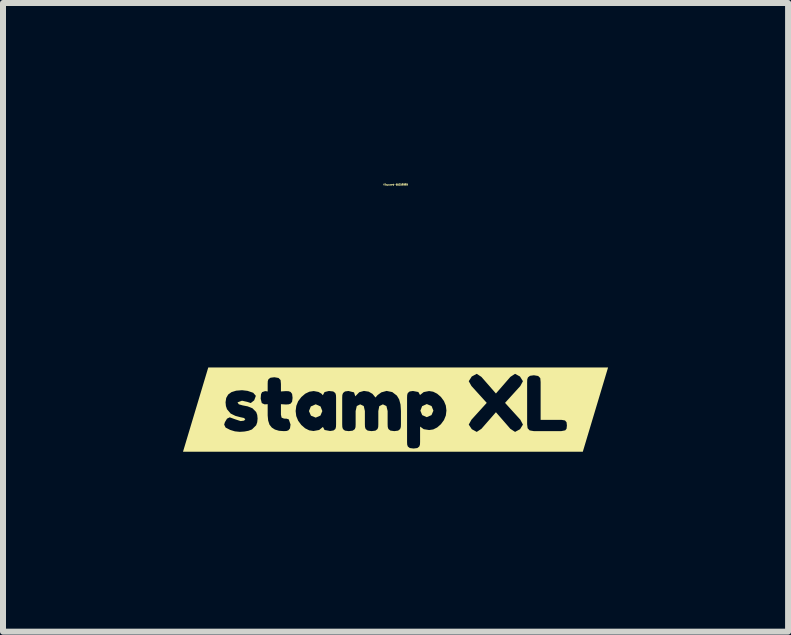
<source format=kicad_pcb>
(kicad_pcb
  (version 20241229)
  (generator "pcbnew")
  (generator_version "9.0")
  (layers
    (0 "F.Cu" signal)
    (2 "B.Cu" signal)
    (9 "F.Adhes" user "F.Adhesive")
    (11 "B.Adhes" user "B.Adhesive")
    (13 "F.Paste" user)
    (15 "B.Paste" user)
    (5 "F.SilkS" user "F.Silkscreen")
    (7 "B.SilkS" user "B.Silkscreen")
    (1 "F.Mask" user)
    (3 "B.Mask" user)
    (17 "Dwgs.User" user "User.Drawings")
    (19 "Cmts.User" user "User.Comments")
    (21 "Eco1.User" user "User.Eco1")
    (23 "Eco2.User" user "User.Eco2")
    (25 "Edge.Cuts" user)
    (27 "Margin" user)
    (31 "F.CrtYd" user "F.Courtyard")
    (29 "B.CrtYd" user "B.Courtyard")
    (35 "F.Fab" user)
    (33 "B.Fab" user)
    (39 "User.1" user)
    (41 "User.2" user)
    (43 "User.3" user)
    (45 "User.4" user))
  (footprint "kibuzzard-65C59B9B"
    (layer "F.Cu")
    (at 3.542 3.776)
    (property "Reference" "kibuzzard-65C59B9B" (at 0 -3.75 0) (layer "F.SilkS") (effects (font (size 0.025 0.025) (thickness 0.15))))
    (attr board_only exclude_from_pos_files exclude_from_bom)
    (fp_poly (pts (xy -1.443 0.025) (xy -1.41 0.101) (xy -1.33 0.134) (xy -1.252 0.1) (xy -1.22 0.025) (xy -1.25 -0.052) (xy -1.33 -0.088) (xy -1.412 -0.052) (xy -1.443 0.025)) (stroke (width 0) (type solid)) (fill yes) (layer "F.SilkS"))
    (fp_poly (pts (xy 0.443 -0.057) (xy 0.414 0.018) (xy 0.444 0.092) (xy 0.52 0.126) (xy 0.599 0.092) (xy 0.631 0.018) (xy 0.601 -0.058) (xy 0.521 -0.092) (xy 0.443 -0.057)) (stroke (width 0) (type solid)) (fill yes) (layer "F.SilkS"))
    (fp_poly (pts (xy -2.856 -0.702) (xy -3.121 -0.702) (xy -3.542 0.702) (xy -3.121 0.702) (xy -2.856 0.702) (xy -2.597 0.702) (xy -2.597 0.371) (xy -2.677 0.363) (xy -2.756 0.339) (xy -2.832 0.3) (xy -2.856 0.251) (xy -2.844 0.21) (xy -2.808 0.151) (xy -2.763 0.129) (xy -2.678 0.16) (xy -2.582 0.192) (xy -2.524 0.184) (xy -2.504 0.161) (xy -2.526 0.14) (xy -2.59 0.126) (xy -2.669 0.105) (xy -2.748 0.066) (xy -2.809 -0.006) (xy -2.827 -0.059) (xy -2.833 -0.122) (xy -2.822 -0.194) (xy -2.789 -0.251) (xy -2.734 -0.291) (xy -2.657 -0.315) (xy -2.558 -0.323) (xy -2.466 -0.312) (xy -2.372 -0.28) (xy -2.328 -0.229) (xy -2.356 -0.154) (xy -2.413 -0.109) (xy -2.47 -0.128) (xy -2.559 -0.148) (xy -2.634 -0.12) (xy -2.612 -0.088) (xy -2.548 -0.07) (xy -2.465 -0.054) (xy -2.385 -0.022) (xy -2.323 0.04) (xy -2.305 0.089) (xy -2.299 0.15) (xy -2.305 0.211) (xy -2.323 0.262) (xy -2.393 0.331) (xy -2.451 0.353) (xy -2.519 0.366) (xy -2.597 0.371) (xy -2.597 0.702) (xy -1.862 0.702) (xy -1.862 0.359) (xy -1.943 0.353) (xy -2.01 0.333) (xy -2.062 0.3) (xy -2.101 0.251) (xy -2.123 0.183) (xy -2.131 0.098) (xy -2.131 -0.09) (xy -2.183 -0.087) (xy -2.229 -0.108) (xy -2.248 -0.182) (xy -2.242 -0.257) (xy -2.224 -0.291) (xy -2.173 -0.308) (xy -2.131 -0.302) (xy -2.131 -0.433) (xy -2.129 -0.476) (xy -2.117 -0.507) (xy -2.084 -0.531) (xy -2.019 -0.539) (xy -1.95 -0.527) (xy -1.916 -0.492) (xy -1.91 -0.427) (xy -1.91 -0.302) (xy -1.826 -0.308) (xy -1.782 -0.306) (xy -1.749 -0.294) (xy -1.724 -0.261) (xy -1.716 -0.196) (xy -1.724 -0.131) (xy -1.75 -0.098) (xy -1.784 -0.087) (xy -1.828 -0.085) (xy -1.91 -0.09) (xy -1.91 0.085) (xy -1.899 0.134) (xy -1.859 0.15) (xy -1.813 0.152) (xy -1.779 0.164) (xy -1.75 0.249) (xy -1.759 0.313) (xy -1.786 0.346) (xy -1.819 0.357) (xy -1.862 0.359) (xy -1.862 0.702) (xy -1.09 0.702) (xy -1.09 0.357) (xy -1.183 0.34) (xy -1.21 0.289) (xy -1.273 0.34) (xy -1.367 0.357) (xy -1.439 0.346) (xy -1.507 0.312) (xy -1.571 0.256) (xy -1.623 0.186) (xy -1.655 0.108) (xy -1.665 0.023) (xy -1.654 -0.062) (xy -1.623 -0.139) (xy -1.57 -0.209) (xy -1.505 -0.265) (xy -1.436 -0.298) (xy -1.363 -0.309) (xy -1.284 -0.294) (xy -1.234 -0.265) (xy -1.212 -0.239) (xy -1.183 -0.292) (xy -1.111 -0.31) (xy -1.038 -0.302) (xy -1.004 -0.276) (xy -0.993 -0.242) (xy -0.991 -0.198) (xy -0.991 0.246) (xy -0.993 0.29) (xy -1.003 0.324) (xy -1.034 0.348) (xy -1.09 0.357) (xy -1.09 0.702) (xy -0.022 0.702) (xy -0.022 0.359) (xy -0.086 0.35) (xy -0.119 0.324) (xy -0.13 0.29) (xy -0.132 0.246) (xy -0.132 0.024) (xy -0.152 -0.059) (xy -0.211 -0.087) (xy -0.271 -0.057) (xy -0.287 0.025) (xy -0.287 0.247) (xy -0.289 0.292) (xy -0.301 0.325) (xy -0.335 0.351) (xy -0.4 0.359) (xy -0.465 0.35) (xy -0.498 0.324) (xy -0.509 0.29) (xy -0.511 0.246) (xy -0.511 0.024) (xy -0.53 -0.059) (xy -0.589 -0.087) (xy -0.646 -0.059) (xy -0.665 0.024) (xy -0.665 0.249) (xy -0.667 0.293) (xy -0.679 0.326) (xy -0.714 0.351) (xy -0.779 0.359) (xy -0.843 0.351) (xy -0.876 0.325) (xy -0.887 0.292) (xy -0.889 0.247) (xy -0.889 -0.2) (xy -0.887 -0.243) (xy -0.875 -0.276) (xy -0.843 -0.302) (xy -0.785 -0.31) (xy -0.692 -0.287) (xy -0.671 -0.221) (xy -0.605 -0.289) (xy -0.527 -0.311) (xy -0.448 -0.299) (xy -0.384 -0.262) (xy -0.334 -0.201) (xy -0.3 -0.241) (xy -0.237 -0.287) (xy -0.149 -0.311) (xy -0.055 -0.292) (xy 0.022 -0.233) (xy 0.06 -0.17) (xy 0.083 -0.084) (xy 0.09 0.025) (xy 0.09 0.247) (xy 0.088 0.291) (xy 0.076 0.325) (xy 0.043 0.351) (xy -0.022 0.359) (xy -0.022 0.702) (xy 0.301 0.702) (xy 0.301 0.649) (xy 0.238 0.641) (xy 0.205 0.616) (xy 0.194 0.584) (xy 0.192 0.541) (xy 0.192 -0.201) (xy 0.194 -0.244) (xy 0.204 -0.276) (xy 0.235 -0.302) (xy 0.29 -0.31) (xy 0.38 -0.293) (xy 0.408 -0.243) (xy 0.47 -0.292) (xy 0.559 -0.309) (xy 0.627 -0.298) (xy 0.693 -0.265) (xy 0.756 -0.211) (xy 0.807 -0.142) (xy 0.838 -0.067) (xy 0.848 0.016) (xy 0.838 0.099) (xy 0.807 0.175) (xy 0.756 0.244) (xy 0.694 0.298) (xy 0.628 0.331) (xy 0.56 0.341) (xy 0.47 0.327) (xy 0.409 0.283) (xy 0.409 0.54) (xy 0.407 0.583) (xy 0.396 0.615) (xy 0.363 0.641) (xy 0.301 0.649) (xy 0.301 0.702) (xy 1.992 0.702) (xy 1.992 0.372) (xy 1.914 0.321) (xy 1.673 0.044) (xy 1.431 0.321) (xy 1.353 0.372) (xy 1.271 0.327) (xy 1.22 0.25) (xy 1.265 0.169) (xy 1.52 -0.112) (xy 1.265 -0.393) (xy 1.22 -0.473) (xy 1.27 -0.551) (xy 1.353 -0.596) (xy 1.431 -0.545) (xy 1.673 -0.268) (xy 1.914 -0.545) (xy 1.992 -0.596) (xy 2.074 -0.551) (xy 2.123 -0.473) (xy 2.08 -0.393) (xy 1.825 -0.112) (xy 2.08 0.169) (xy 2.123 0.25) (xy 2.075 0.327) (xy 1.992 0.372) (xy 1.992 0.702) (xy 2.762 0.702) (xy 2.762 0.359) (xy 2.305 0.359) (xy 2.235 0.347) (xy 2.201 0.311) (xy 2.193 0.246) (xy 2.193 -0.46) (xy 2.195 -0.504) (xy 2.207 -0.537) (xy 2.241 -0.563) (xy 2.306 -0.572) (xy 2.377 -0.56) (xy 2.412 -0.525) (xy 2.418 -0.459) (xy 2.418 0.171) (xy 2.764 0.171) (xy 2.824 0.181) (xy 2.85 0.211) (xy 2.856 0.265) (xy 2.85 0.319) (xy 2.828 0.346) (xy 2.762 0.359) (xy 2.762 0.702) (xy 2.856 0.702) (xy 3.121 0.702) (xy 3.542 -0.702) (xy 3.121 -0.702) (xy 2.856 -0.702) (xy -2.856 -0.702)) (stroke (width 0) (type solid)) (fill yes) (layer "F.SilkS")))
  (gr_rect
    (start -3 -3)
    (end 10.084 7.477)
    (stroke (width 0.1) (type default))
    (fill no)
    (layer "Edge.Cuts")))
</source>
